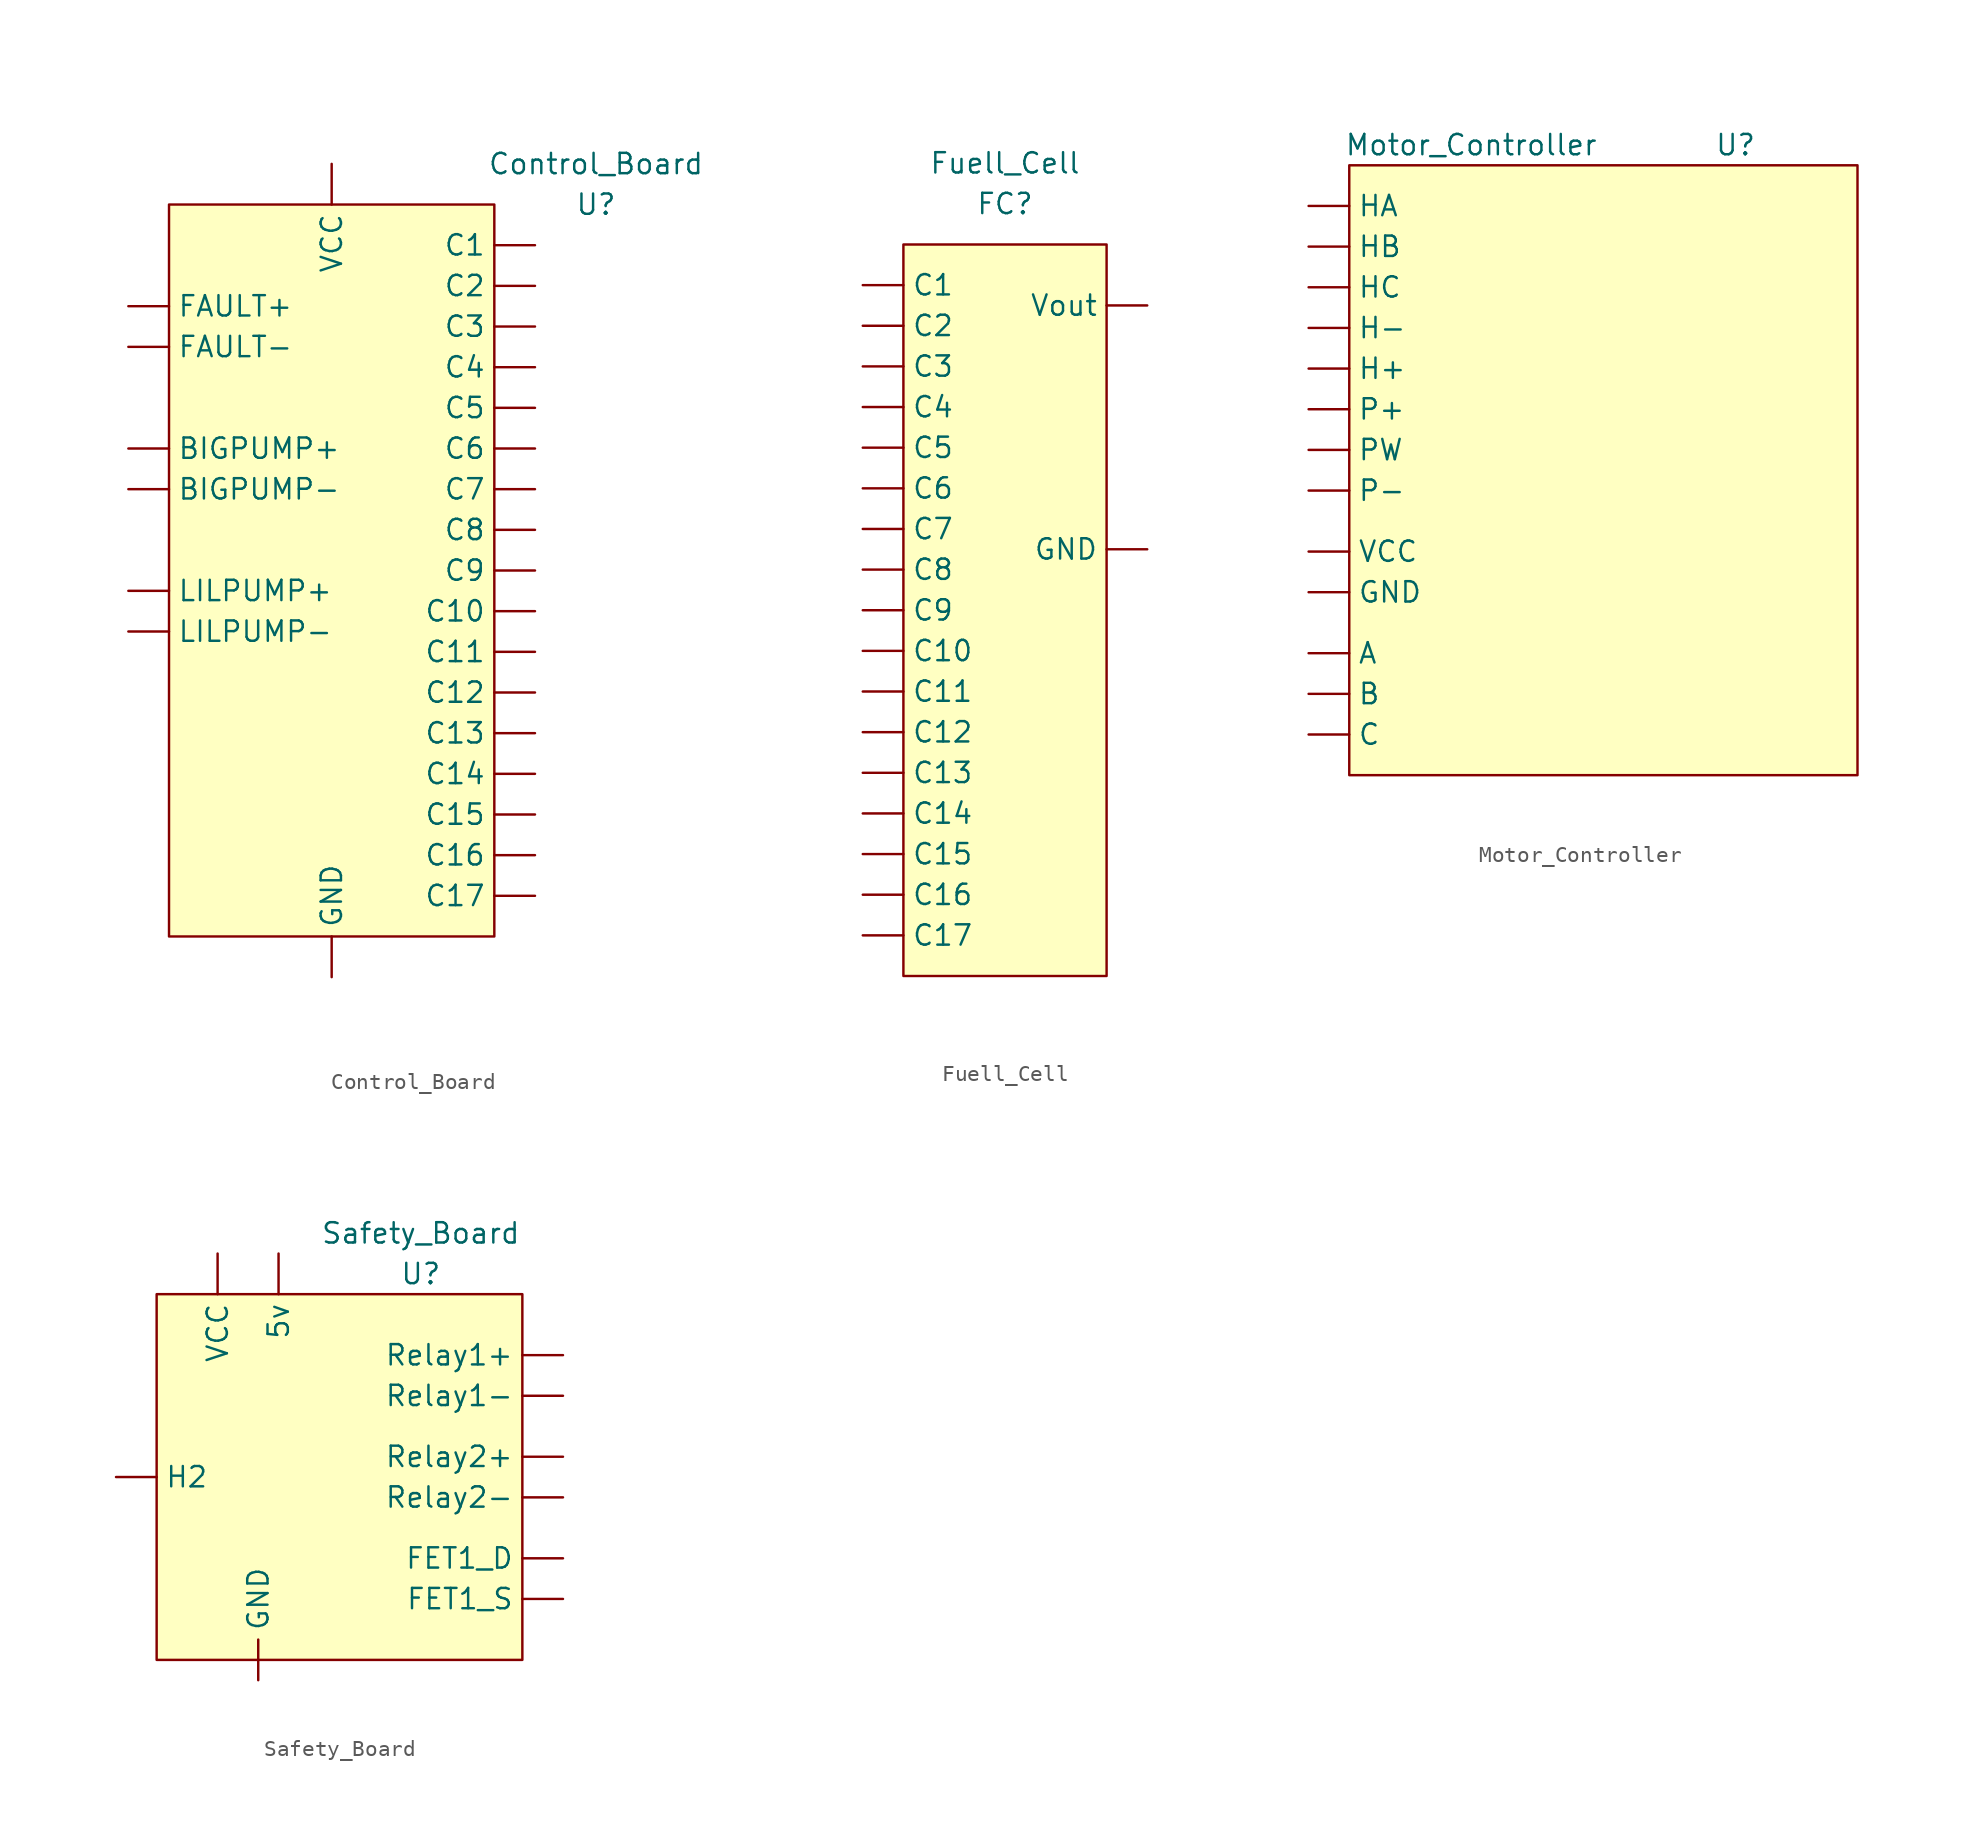
<source format=kicad_sym>
(kicad_symbol_lib
  (version 20211014)
  (generator kicad_symbol_editor)
  (symbol "Control_Board"
    (property "Reference" "U"
      (at 16.51 -3.81 0)
      (effects (font (size 1.27 1.27))))
    (property "Value" "Control_Board"
      (at 16.51 -1.27 0)
      (effects (font (size 1.27 1.27))))
    (symbol "Control_Board_0_1"
      (rectangle (start -10.16 -3.81) (end 10.16 -49.53) (stroke (width 0) (type default) (color 0 0 0 0)) (fill (type background))))
    (symbol "Control_Board_1_1"
      (pin output line (at -12.7 -19.05 0) (length 2.54) (name "BIGPUMP+" (effects (font (size 1.27 1.27)))) (number "" (effects (font (size 1.27 1.27)))))
      (pin output line (at -12.7 -21.59 0) (length 2.54) (name "BIGPUMP-" (effects (font (size 1.27 1.27)))) (number "" (effects (font (size 1.27 1.27)))))
      (pin input line (at 12.7 -6.35 180) (length 2.54) (name "C1" (effects (font (size 1.27 1.27)))) (number "" (effects (font (size 1.27 1.27)))))
      (pin input line (at 12.7 -29.21 180) (length 2.54) (name "C10" (effects (font (size 1.27 1.27)))) (number "" (effects (font (size 1.27 1.27)))))
      (pin input line (at 12.7 -31.75 180) (length 2.54) (name "C11" (effects (font (size 1.27 1.27)))) (number "" (effects (font (size 1.27 1.27)))))
      (pin input line (at 12.7 -34.29 180) (length 2.54) (name "C12" (effects (font (size 1.27 1.27)))) (number "" (effects (font (size 1.27 1.27)))))
      (pin input line (at 12.7 -36.83 180) (length 2.54) (name "C13" (effects (font (size 1.27 1.27)))) (number "" (effects (font (size 1.27 1.27)))))
      (pin input line (at 12.7 -39.37 180) (length 2.54) (name "C14" (effects (font (size 1.27 1.27)))) (number "" (effects (font (size 1.27 1.27)))))
      (pin input line (at 12.7 -41.91 180) (length 2.54) (name "C15" (effects (font (size 1.27 1.27)))) (number "" (effects (font (size 1.27 1.27)))))
      (pin input line (at 12.7 -44.45 180) (length 2.54) (name "C16" (effects (font (size 1.27 1.27)))) (number "" (effects (font (size 1.27 1.27)))))
      (pin input line (at 12.7 -46.99 180) (length 2.54) (name "C17" (effects (font (size 1.27 1.27)))) (number "" (effects (font (size 1.27 1.27)))))
      (pin input line (at 12.7 -8.89 180) (length 2.54) (name "C2" (effects (font (size 1.27 1.27)))) (number "" (effects (font (size 1.27 1.27)))))
      (pin input line (at 12.7 -11.43 180) (length 2.54) (name "C3" (effects (font (size 1.27 1.27)))) (number "" (effects (font (size 1.27 1.27)))))
      (pin input line (at 12.7 -13.97 180) (length 2.54) (name "C4" (effects (font (size 1.27 1.27)))) (number "" (effects (font (size 1.27 1.27)))))
      (pin input line (at 12.7 -16.51 180) (length 2.54) (name "C5" (effects (font (size 1.27 1.27)))) (number "" (effects (font (size 1.27 1.27)))))
      (pin input line (at 12.7 -19.05 180) (length 2.54) (name "C6" (effects (font (size 1.27 1.27)))) (number "" (effects (font (size 1.27 1.27)))))
      (pin input line (at 12.7 -21.59 180) (length 2.54) (name "C7" (effects (font (size 1.27 1.27)))) (number "" (effects (font (size 1.27 1.27)))))
      (pin input line (at 12.7 -24.13 180) (length 2.54) (name "C8" (effects (font (size 1.27 1.27)))) (number "" (effects (font (size 1.27 1.27)))))
      (pin input line (at 12.7 -26.67 180) (length 2.54) (name "C9" (effects (font (size 1.27 1.27)))) (number "" (effects (font (size 1.27 1.27)))))
      (pin output line (at -12.7 -10.16 0) (length 2.54) (name "FAULT+" (effects (font (size 1.27 1.27)))) (number "" (effects (font (size 1.27 1.27)))))
      (pin output line (at -12.7 -12.7 0) (length 2.54) (name "FAULT-" (effects (font (size 1.27 1.27)))) (number "" (effects (font (size 1.27 1.27)))))
      (pin power_in line (at 0 -52.07 90) (length 2.54) (name "GND" (effects (font (size 1.27 1.27)))) (number "" (effects (font (size 1.27 1.27)))))
      (pin output line (at -12.7 -27.94 0) (length 2.54) (name "LILPUMP+" (effects (font (size 1.27 1.27)))) (number "" (effects (font (size 1.27 1.27)))))
      (pin output line (at -12.7 -30.48 0) (length 2.54) (name "LILPUMP-" (effects (font (size 1.27 1.27)))) (number "" (effects (font (size 1.27 1.27)))))
      (pin power_in line (at 0 -1.27 270) (length 2.54) (name "VCC" (effects (font (size 1.27 1.27)))) (number "" (effects (font (size 1.27 1.27)))))))
  (symbol "Fuell_Cell"
    (property "Reference" "FC"
      (at 0 0 0)
      (effects (font (size 1.27 1.27))))
    (property "Value" "Fuell_Cell"
      (at 0 2.54 0)
      (effects (font (size 1.27 1.27))))
    (symbol "Fuell_Cell_0_1"
      (rectangle (start -6.35 -2.54) (end 6.35 -48.26) (stroke (width 0) (type default) (color 0 0 0 0)) (fill (type background))))
    (symbol "Fuell_Cell_1_1"
      (pin output line (at -8.89 -5.08 0) (length 2.54) (name "C1" (effects (font (size 1.27 1.27)))) (number "" (effects (font (size 1.27 1.27)))))
      (pin output line (at -8.89 -27.94 0) (length 2.54) (name "C10" (effects (font (size 1.27 1.27)))) (number "" (effects (font (size 1.27 1.27)))))
      (pin output line (at -8.89 -30.48 0) (length 2.54) (name "C11" (effects (font (size 1.27 1.27)))) (number "" (effects (font (size 1.27 1.27)))))
      (pin output line (at -8.89 -33.02 0) (length 2.54) (name "C12" (effects (font (size 1.27 1.27)))) (number "" (effects (font (size 1.27 1.27)))))
      (pin output line (at -8.89 -35.56 0) (length 2.54) (name "C13" (effects (font (size 1.27 1.27)))) (number "" (effects (font (size 1.27 1.27)))))
      (pin output line (at -8.89 -38.1 0) (length 2.54) (name "C14" (effects (font (size 1.27 1.27)))) (number "" (effects (font (size 1.27 1.27)))))
      (pin output line (at -8.89 -40.64 0) (length 2.54) (name "C15" (effects (font (size 1.27 1.27)))) (number "" (effects (font (size 1.27 1.27)))))
      (pin output line (at -8.89 -43.18 0) (length 2.54) (name "C16" (effects (font (size 1.27 1.27)))) (number "" (effects (font (size 1.27 1.27)))))
      (pin output line (at -8.89 -45.72 0) (length 2.54) (name "C17" (effects (font (size 1.27 1.27)))) (number "" (effects (font (size 1.27 1.27)))))
      (pin output line (at -8.89 -7.62 0) (length 2.54) (name "C2" (effects (font (size 1.27 1.27)))) (number "" (effects (font (size 1.27 1.27)))))
      (pin output line (at -8.89 -10.16 0) (length 2.54) (name "C3" (effects (font (size 1.27 1.27)))) (number "" (effects (font (size 1.27 1.27)))))
      (pin output line (at -8.89 -12.7 0) (length 2.54) (name "C4" (effects (font (size 1.27 1.27)))) (number "" (effects (font (size 1.27 1.27)))))
      (pin output line (at -8.89 -15.24 0) (length 2.54) (name "C5" (effects (font (size 1.27 1.27)))) (number "" (effects (font (size 1.27 1.27)))))
      (pin output line (at -8.89 -17.78 0) (length 2.54) (name "C6" (effects (font (size 1.27 1.27)))) (number "" (effects (font (size 1.27 1.27)))))
      (pin output line (at -8.89 -20.32 0) (length 2.54) (name "C7" (effects (font (size 1.27 1.27)))) (number "" (effects (font (size 1.27 1.27)))))
      (pin output line (at -8.89 -22.86 0) (length 2.54) (name "C8" (effects (font (size 1.27 1.27)))) (number "" (effects (font (size 1.27 1.27)))))
      (pin output line (at -8.89 -25.4 0) (length 2.54) (name "C9" (effects (font (size 1.27 1.27)))) (number "" (effects (font (size 1.27 1.27)))))
      (pin output line (at 8.89 -21.59 180) (length 2.54) (name "GND" (effects (font (size 1.27 1.27)))) (number "" (effects (font (size 1.27 1.27)))))
      (pin output line (at 8.89 -6.35 180) (length 2.54) (name "Vout" (effects (font (size 1.27 1.27)))) (number "" (effects (font (size 1.27 1.27)))))))
  (symbol "Motor_Controller"
    (property "Reference" "U"
      (at 8.89 -1.27 0)
      (effects (font (size 1.27 1.27))))
    (property "Value" "Motor_Controller"
      (at -7.62 -1.27 0)
      (effects (font (size 1.27 1.27))))
    (symbol "Motor_Controller_0_0"
      (rectangle (start -15.24 -2.54) (end 16.51 -40.64) (stroke (width 0) (type default) (color 0 0 0 0)) (fill (type background))))
    (symbol "Motor_Controller_1_1"
      (pin power_out line (at -17.78 -33.02 0) (length 2.54) (name "A" (effects (font (size 1.27 1.27)))) (number "" (effects (font (size 1.27 1.27)))))
      (pin power_out line (at -17.78 -35.56 0) (length 2.54) (name "B" (effects (font (size 1.27 1.27)))) (number "" (effects (font (size 1.27 1.27)))))
      (pin power_out line (at -17.78 -38.1 0) (length 2.54) (name "C" (effects (font (size 1.27 1.27)))) (number "" (effects (font (size 1.27 1.27)))))
      (pin power_in line (at -17.78 -29.21 0) (length 2.54) (name "GND" (effects (font (size 1.27 1.27)))) (number "" (effects (font (size 1.27 1.27)))))
      (pin power_out line (at -17.78 -15.24 0) (length 2.54) (name "H+" (effects (font (size 1.27 1.27)))) (number "" (effects (font (size 1.27 1.27)))))
      (pin power_out line (at -17.78 -12.7 0) (length 2.54) (name "H-" (effects (font (size 1.27 1.27)))) (number "" (effects (font (size 1.27 1.27)))))
      (pin input line (at -17.78 -5.08 0) (length 2.54) (name "HA" (effects (font (size 1.27 1.27)))) (number "" (effects (font (size 1.27 1.27)))))
      (pin input line (at -17.78 -7.62 0) (length 2.54) (name "HB" (effects (font (size 1.27 1.27)))) (number "" (effects (font (size 1.27 1.27)))))
      (pin input line (at -17.78 -10.16 0) (length 2.54) (name "HC" (effects (font (size 1.27 1.27)))) (number "" (effects (font (size 1.27 1.27)))))
      (pin power_out line (at -17.78 -17.78 0) (length 2.54) (name "P+" (effects (font (size 1.27 1.27)))) (number "" (effects (font (size 1.27 1.27)))))
      (pin power_out line (at -17.78 -22.86 0) (length 2.54) (name "P-" (effects (font (size 1.27 1.27)))) (number "" (effects (font (size 1.27 1.27)))))
      (pin input line (at -17.78 -20.32 0) (length 2.54) (name "PW" (effects (font (size 1.27 1.27)))) (number "" (effects (font (size 1.27 1.27)))))
      (pin power_in line (at -17.78 -26.67 0) (length 2.54) (name "VCC" (effects (font (size 1.27 1.27)))) (number "" (effects (font (size 1.27 1.27)))))))
  (symbol "Safety_Board"
    (property "Reference" "U"
      (at 6.35 -6.35 0)
      (effects (font (size 1.27 1.27))))
    (property "Value" "Safety_Board"
      (at 6.35 -3.81 0)
      (effects (font (size 1.27 1.27))))
    (symbol "Safety_Board_0_1"
      (rectangle (start -10.16 -7.62) (end 12.7 -30.48) (stroke (width 0) (type default) (color 0 0 0 0)) (fill (type background))))
    (symbol "Safety_Board_1_1"
      (pin output line (at -2.54 -5.08 270) (length 2.54) (name "5v" (effects (font (size 1.27 1.27)))) (number "" (effects (font (size 1.27 1.27)))))
      (pin output line (at 15.24 -24.13 180) (length 2.54) (name "FET1_D" (effects (font (size 1.27 1.27)))) (number "" (effects (font (size 1.27 1.27)))))
      (pin output line (at 15.24 -26.67 180) (length 2.54) (name "FET1_S" (effects (font (size 1.27 1.27)))) (number "" (effects (font (size 1.27 1.27)))))
      (pin input line (at -3.81 -31.75 90) (length 2.54) (name "GND" (effects (font (size 1.27 1.27)))) (number "" (effects (font (size 1.27 1.27)))))
      (pin input line (at -12.7 -19.05 0) (length 2.54) (name "H2" (effects (font (size 1.27 1.27)))) (number "" (effects (font (size 1.27 1.27)))))
      (pin output line (at 15.24 -11.43 180) (length 2.54) (name "Relay1+" (effects (font (size 1.27 1.27)))) (number "" (effects (font (size 1.27 1.27)))))
      (pin output line (at 15.24 -13.97 180) (length 2.54) (name "Relay1-" (effects (font (size 1.27 1.27)))) (number "" (effects (font (size 1.27 1.27)))))
      (pin output line (at 15.24 -17.78 180) (length 2.54) (name "Relay2+" (effects (font (size 1.27 1.27)))) (number "" (effects (font (size 1.27 1.27)))))
      (pin output line (at 15.24 -20.32 180) (length 2.54) (name "Relay2-" (effects (font (size 1.27 1.27)))) (number "" (effects (font (size 1.27 1.27)))))
      (pin input line (at -6.35 -5.08 270) (length 2.54) (name "VCC" (effects (font (size 1.27 1.27)))) (number "" (effects (font (size 1.27 1.27))))))))
</source>
